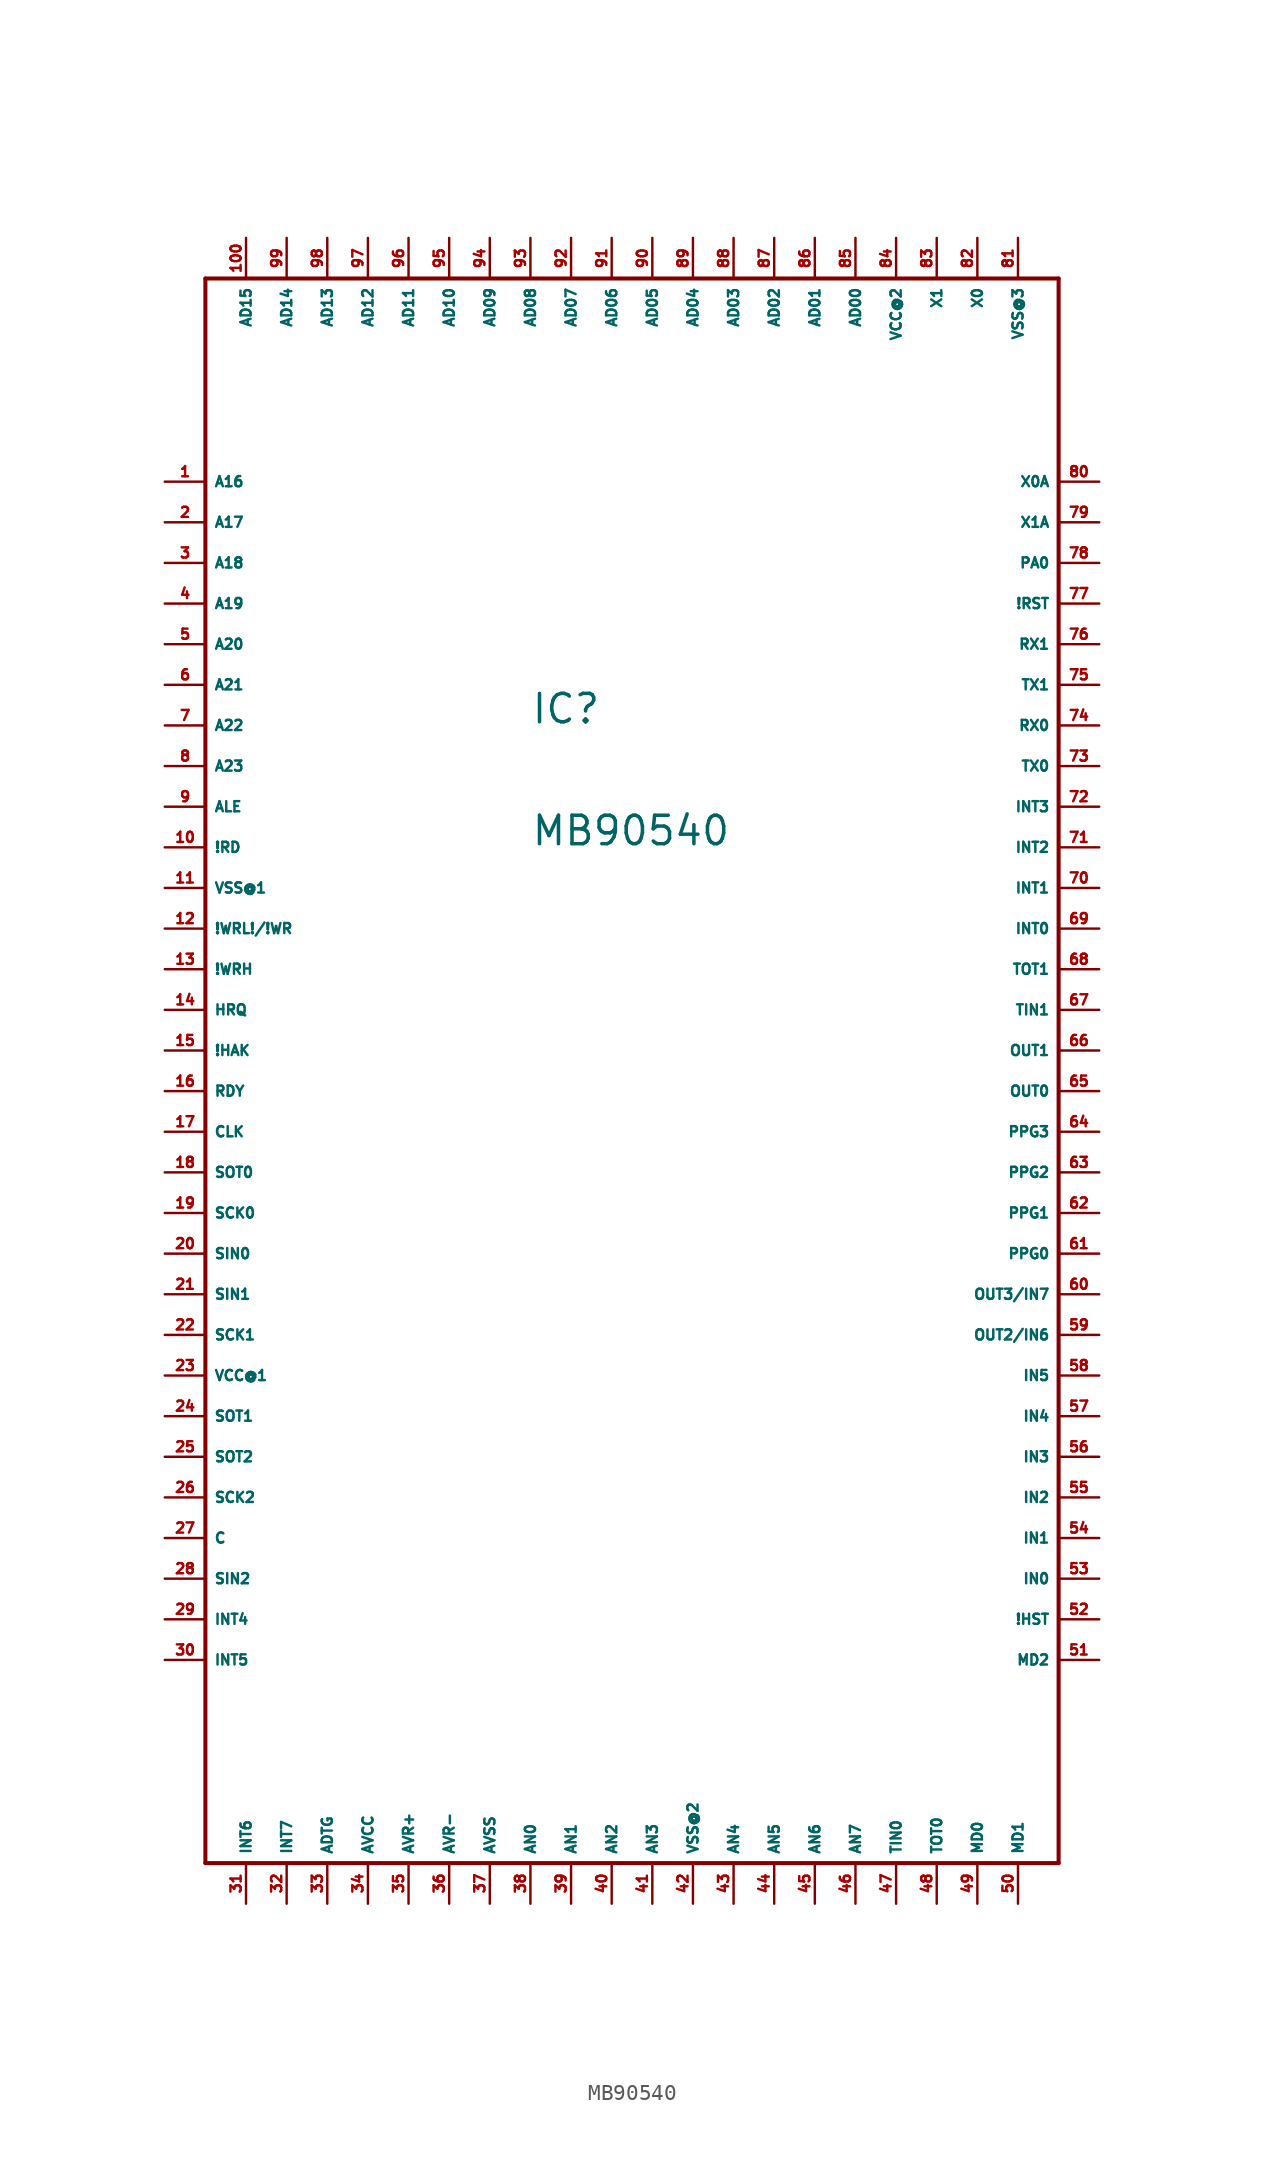
<source format=kicad_sym>
(kicad_symbol_lib
  (version 20220914)
  (generator Eagle2Kicad)
  (symbol "MB90540"
    (property "Reference" "IC"
      (at -5.08 20.32 0)
      (effects (font (size 1.778 1.778) (thickness 0.22)) (justify left bottom)))
    (property "Value" "MB90540"
      (at -5.08 12.7 0)
      (effects (font (size 1.778 1.778) (thickness 0.22)) (justify left bottom)))
    (polyline
      (pts (xy -25.4 48.26) (xy 27.94 48.26))
      (stroke (width 0.254) (type default))
      (fill (type none)))
    (polyline
      (pts (xy 27.94 48.26) (xy 27.94 -50.8))
      (stroke (width 0.254) (type default))
      (fill (type none)))
    (polyline
      (pts (xy 27.94 -50.8) (xy -25.4 -50.8))
      (stroke (width 0.254) (type default))
      (fill (type none)))
    (polyline
      (pts (xy -25.4 -50.8) (xy -25.4 48.26))
      (stroke (width 0.254) (type default))
      (fill (type none)))
    (pin bidirectional line
      (at 15.24 50.8 270)
      (length 2.54)
      (name "AD00" (effects (font (size 0.635 0.635) (thickness 0.08)) (justify left bottom)))
      (number "85" (effects (font (size 0.635 0.635) (thickness 0.08)) (justify left bottom))))
    (pin bidirectional line
      (at 12.7 50.8 270)
      (length 2.54)
      (name "AD01" (effects (font (size 0.635 0.635) (thickness 0.08)) (justify left bottom)))
      (number "86" (effects (font (size 0.635 0.635) (thickness 0.08)) (justify left bottom))))
    (pin bidirectional line
      (at 10.16 50.8 270)
      (length 2.54)
      (name "AD02" (effects (font (size 0.635 0.635) (thickness 0.08)) (justify left bottom)))
      (number "87" (effects (font (size 0.635 0.635) (thickness 0.08)) (justify left bottom))))
    (pin bidirectional line
      (at 7.62 50.8 270)
      (length 2.54)
      (name "AD03" (effects (font (size 0.635 0.635) (thickness 0.08)) (justify left bottom)))
      (number "88" (effects (font (size 0.635 0.635) (thickness 0.08)) (justify left bottom))))
    (pin bidirectional line
      (at 5.08 50.8 270)
      (length 2.54)
      (name "AD04" (effects (font (size 0.635 0.635) (thickness 0.08)) (justify left bottom)))
      (number "89" (effects (font (size 0.635 0.635) (thickness 0.08)) (justify left bottom))))
    (pin bidirectional line
      (at 2.54 50.8 270)
      (length 2.54)
      (name "AD05" (effects (font (size 0.635 0.635) (thickness 0.08)) (justify left bottom)))
      (number "90" (effects (font (size 0.635 0.635) (thickness 0.08)) (justify left bottom))))
    (pin bidirectional line
      (at 0 50.8 270)
      (length 2.54)
      (name "AD06" (effects (font (size 0.635 0.635) (thickness 0.08)) (justify left bottom)))
      (number "91" (effects (font (size 0.635 0.635) (thickness 0.08)) (justify left bottom))))
    (pin bidirectional line
      (at -2.54 50.8 270)
      (length 2.54)
      (name "AD07" (effects (font (size 0.635 0.635) (thickness 0.08)) (justify left bottom)))
      (number "92" (effects (font (size 0.635 0.635) (thickness 0.08)) (justify left bottom))))
    (pin bidirectional line
      (at -5.08 50.8 270)
      (length 2.54)
      (name "AD08" (effects (font (size 0.635 0.635) (thickness 0.08)) (justify left bottom)))
      (number "93" (effects (font (size 0.635 0.635) (thickness 0.08)) (justify left bottom))))
    (pin bidirectional line
      (at -7.62 50.8 270)
      (length 2.54)
      (name "AD09" (effects (font (size 0.635 0.635) (thickness 0.08)) (justify left bottom)))
      (number "94" (effects (font (size 0.635 0.635) (thickness 0.08)) (justify left bottom))))
    (pin bidirectional line
      (at -10.16 50.8 270)
      (length 2.54)
      (name "AD10" (effects (font (size 0.635 0.635) (thickness 0.08)) (justify left bottom)))
      (number "95" (effects (font (size 0.635 0.635) (thickness 0.08)) (justify left bottom))))
    (pin bidirectional line
      (at -12.7 50.8 270)
      (length 2.54)
      (name "AD11" (effects (font (size 0.635 0.635) (thickness 0.08)) (justify left bottom)))
      (number "96" (effects (font (size 0.635 0.635) (thickness 0.08)) (justify left bottom))))
    (pin bidirectional line
      (at -15.24 50.8 270)
      (length 2.54)
      (name "AD12" (effects (font (size 0.635 0.635) (thickness 0.08)) (justify left bottom)))
      (number "97" (effects (font (size 0.635 0.635) (thickness 0.08)) (justify left bottom))))
    (pin bidirectional line
      (at -17.78 50.8 270)
      (length 2.54)
      (name "AD13" (effects (font (size 0.635 0.635) (thickness 0.08)) (justify left bottom)))
      (number "98" (effects (font (size 0.635 0.635) (thickness 0.08)) (justify left bottom))))
    (pin bidirectional line
      (at -20.32 50.8 270)
      (length 2.54)
      (name "AD14" (effects (font (size 0.635 0.635) (thickness 0.08)) (justify left bottom)))
      (number "99" (effects (font (size 0.635 0.635) (thickness 0.08)) (justify left bottom))))
    (pin bidirectional line
      (at -22.86 50.8 270)
      (length 2.54)
      (name "AD15" (effects (font (size 0.635 0.635) (thickness 0.08)) (justify left bottom)))
      (number "100" (effects (font (size 0.635 0.635) (thickness 0.08)) (justify left bottom))))
    (pin bidirectional line
      (at -27.94 35.56 0)
      (length 2.54)
      (name "A16" (effects (font (size 0.635 0.635) (thickness 0.08)) (justify left bottom)))
      (number "1" (effects (font (size 0.635 0.635) (thickness 0.08)) (justify left bottom))))
    (pin bidirectional line
      (at -27.94 33.02 0)
      (length 2.54)
      (name "A17" (effects (font (size 0.635 0.635) (thickness 0.08)) (justify left bottom)))
      (number "2" (effects (font (size 0.635 0.635) (thickness 0.08)) (justify left bottom))))
    (pin bidirectional line
      (at -27.94 30.48 0)
      (length 2.54)
      (name "A18" (effects (font (size 0.635 0.635) (thickness 0.08)) (justify left bottom)))
      (number "3" (effects (font (size 0.635 0.635) (thickness 0.08)) (justify left bottom))))
    (pin bidirectional line
      (at -27.94 27.94 0)
      (length 2.54)
      (name "A19" (effects (font (size 0.635 0.635) (thickness 0.08)) (justify left bottom)))
      (number "4" (effects (font (size 0.635 0.635) (thickness 0.08)) (justify left bottom))))
    (pin bidirectional line
      (at -27.94 25.4 0)
      (length 2.54)
      (name "A20" (effects (font (size 0.635 0.635) (thickness 0.08)) (justify left bottom)))
      (number "5" (effects (font (size 0.635 0.635) (thickness 0.08)) (justify left bottom))))
    (pin bidirectional line
      (at -27.94 22.86 0)
      (length 2.54)
      (name "A21" (effects (font (size 0.635 0.635) (thickness 0.08)) (justify left bottom)))
      (number "6" (effects (font (size 0.635 0.635) (thickness 0.08)) (justify left bottom))))
    (pin bidirectional line
      (at -27.94 20.32 0)
      (length 2.54)
      (name "A22" (effects (font (size 0.635 0.635) (thickness 0.08)) (justify left bottom)))
      (number "7" (effects (font (size 0.635 0.635) (thickness 0.08)) (justify left bottom))))
    (pin bidirectional line
      (at -27.94 17.78 0)
      (length 2.54)
      (name "A23" (effects (font (size 0.635 0.635) (thickness 0.08)) (justify left bottom)))
      (number "8" (effects (font (size 0.635 0.635) (thickness 0.08)) (justify left bottom))))
    (pin output line
      (at -27.94 15.24 0)
      (length 2.54)
      (name "ALE" (effects (font (size 0.635 0.635) (thickness 0.08)) (justify left bottom)))
      (number "9" (effects (font (size 0.635 0.635) (thickness 0.08)) (justify left bottom))))
    (pin bidirectional line
      (at -27.94 12.7 0)
      (length 2.54)
      (name "!RD" (effects (font (size 0.635 0.635) (thickness 0.08)) (justify left bottom)))
      (number "10" (effects (font (size 0.635 0.635) (thickness 0.08)) (justify left bottom))))
    (pin unspecified line
      (at -27.94 10.16 0)
      (length 2.54)
      (name "VSS@1" (effects (font (size 0.635 0.635) (thickness 0.08)) (justify left bottom)))
      (number "11" (effects (font (size 0.635 0.635) (thickness 0.08)) (justify left bottom))))
    (pin bidirectional line
      (at -27.94 7.62 0)
      (length 2.54)
      (name "!WRL!/!WR" (effects (font (size 0.635 0.635) (thickness 0.08)) (justify left bottom)))
      (number "12" (effects (font (size 0.635 0.635) (thickness 0.08)) (justify left bottom))))
    (pin bidirectional line
      (at -27.94 5.08 0)
      (length 2.54)
      (name "!WRH" (effects (font (size 0.635 0.635) (thickness 0.08)) (justify left bottom)))
      (number "13" (effects (font (size 0.635 0.635) (thickness 0.08)) (justify left bottom))))
    (pin bidirectional line
      (at -27.94 2.54 0)
      (length 2.54)
      (name "HRQ" (effects (font (size 0.635 0.635) (thickness 0.08)) (justify left bottom)))
      (number "14" (effects (font (size 0.635 0.635) (thickness 0.08)) (justify left bottom))))
    (pin bidirectional line
      (at -27.94 0 0)
      (length 2.54)
      (name "!HAK" (effects (font (size 0.635 0.635) (thickness 0.08)) (justify left bottom)))
      (number "15" (effects (font (size 0.635 0.635) (thickness 0.08)) (justify left bottom))))
    (pin bidirectional line
      (at -27.94 -2.54 0)
      (length 2.54)
      (name "RDY" (effects (font (size 0.635 0.635) (thickness 0.08)) (justify left bottom)))
      (number "16" (effects (font (size 0.635 0.635) (thickness 0.08)) (justify left bottom))))
    (pin bidirectional line
      (at -27.94 -5.08 0)
      (length 2.54)
      (name "CLK" (effects (font (size 0.635 0.635) (thickness 0.08)) (justify left bottom)))
      (number "17" (effects (font (size 0.635 0.635) (thickness 0.08)) (justify left bottom))))
    (pin bidirectional line
      (at -27.94 -7.62 0)
      (length 2.54)
      (name "SOT0" (effects (font (size 0.635 0.635) (thickness 0.08)) (justify left bottom)))
      (number "18" (effects (font (size 0.635 0.635) (thickness 0.08)) (justify left bottom))))
    (pin bidirectional line
      (at -27.94 -10.16 0)
      (length 2.54)
      (name "SCK0" (effects (font (size 0.635 0.635) (thickness 0.08)) (justify left bottom)))
      (number "19" (effects (font (size 0.635 0.635) (thickness 0.08)) (justify left bottom))))
    (pin bidirectional line
      (at -27.94 -12.7 0)
      (length 2.54)
      (name "SIN0" (effects (font (size 0.635 0.635) (thickness 0.08)) (justify left bottom)))
      (number "20" (effects (font (size 0.635 0.635) (thickness 0.08)) (justify left bottom))))
    (pin bidirectional line
      (at -27.94 -15.24 0)
      (length 2.54)
      (name "SIN1" (effects (font (size 0.635 0.635) (thickness 0.08)) (justify left bottom)))
      (number "21" (effects (font (size 0.635 0.635) (thickness 0.08)) (justify left bottom))))
    (pin bidirectional line
      (at -27.94 -17.78 0)
      (length 2.54)
      (name "SCK1" (effects (font (size 0.635 0.635) (thickness 0.08)) (justify left bottom)))
      (number "22" (effects (font (size 0.635 0.635) (thickness 0.08)) (justify left bottom))))
    (pin unspecified line
      (at -27.94 -20.32 0)
      (length 2.54)
      (name "VCC@1" (effects (font (size 0.635 0.635) (thickness 0.08)) (justify left bottom)))
      (number "23" (effects (font (size 0.635 0.635) (thickness 0.08)) (justify left bottom))))
    (pin bidirectional line
      (at -27.94 -22.86 0)
      (length 2.54)
      (name "SOT1" (effects (font (size 0.635 0.635) (thickness 0.08)) (justify left bottom)))
      (number "24" (effects (font (size 0.635 0.635) (thickness 0.08)) (justify left bottom))))
    (pin bidirectional line
      (at -27.94 -25.4 0)
      (length 2.54)
      (name "SOT2" (effects (font (size 0.635 0.635) (thickness 0.08)) (justify left bottom)))
      (number "25" (effects (font (size 0.635 0.635) (thickness 0.08)) (justify left bottom))))
    (pin bidirectional line
      (at -27.94 -27.94 0)
      (length 2.54)
      (name "SCK2" (effects (font (size 0.635 0.635) (thickness 0.08)) (justify left bottom)))
      (number "26" (effects (font (size 0.635 0.635) (thickness 0.08)) (justify left bottom))))
    (pin input line
      (at -27.94 -30.48 0)
      (length 2.54)
      (name "C" (effects (font (size 0.635 0.635) (thickness 0.08)) (justify left bottom)))
      (number "27" (effects (font (size 0.635 0.635) (thickness 0.08)) (justify left bottom))))
    (pin bidirectional line
      (at -27.94 -33.02 0)
      (length 2.54)
      (name "SIN2" (effects (font (size 0.635 0.635) (thickness 0.08)) (justify left bottom)))
      (number "28" (effects (font (size 0.635 0.635) (thickness 0.08)) (justify left bottom))))
    (pin bidirectional line
      (at -27.94 -35.56 0)
      (length 2.54)
      (name "INT4" (effects (font (size 0.635 0.635) (thickness 0.08)) (justify left bottom)))
      (number "29" (effects (font (size 0.635 0.635) (thickness 0.08)) (justify left bottom))))
    (pin bidirectional line
      (at -27.94 -38.1 0)
      (length 2.54)
      (name "INT5" (effects (font (size 0.635 0.635) (thickness 0.08)) (justify left bottom)))
      (number "30" (effects (font (size 0.635 0.635) (thickness 0.08)) (justify left bottom))))
    (pin bidirectional line
      (at -22.86 -53.34 90)
      (length 2.54)
      (name "INT6" (effects (font (size 0.635 0.635) (thickness 0.08)) (justify left bottom)))
      (number "31" (effects (font (size 0.635 0.635) (thickness 0.08)) (justify left bottom))))
    (pin bidirectional line
      (at -20.32 -53.34 90)
      (length 2.54)
      (name "INT7" (effects (font (size 0.635 0.635) (thickness 0.08)) (justify left bottom)))
      (number "32" (effects (font (size 0.635 0.635) (thickness 0.08)) (justify left bottom))))
    (pin bidirectional line
      (at -17.78 -53.34 90)
      (length 2.54)
      (name "ADTG" (effects (font (size 0.635 0.635) (thickness 0.08)) (justify left bottom)))
      (number "33" (effects (font (size 0.635 0.635) (thickness 0.08)) (justify left bottom))))
    (pin unspecified line
      (at -15.24 -53.34 90)
      (length 2.54)
      (name "AVCC" (effects (font (size 0.635 0.635) (thickness 0.08)) (justify left bottom)))
      (number "34" (effects (font (size 0.635 0.635) (thickness 0.08)) (justify left bottom))))
    (pin unspecified line
      (at -12.7 -53.34 90)
      (length 2.54)
      (name "AVR+" (effects (font (size 0.635 0.635) (thickness 0.08)) (justify left bottom)))
      (number "35" (effects (font (size 0.635 0.635) (thickness 0.08)) (justify left bottom))))
    (pin unspecified line
      (at -10.16 -53.34 90)
      (length 2.54)
      (name "AVR-" (effects (font (size 0.635 0.635) (thickness 0.08)) (justify left bottom)))
      (number "36" (effects (font (size 0.635 0.635) (thickness 0.08)) (justify left bottom))))
    (pin unspecified line
      (at -7.62 -53.34 90)
      (length 2.54)
      (name "AVSS" (effects (font (size 0.635 0.635) (thickness 0.08)) (justify left bottom)))
      (number "37" (effects (font (size 0.635 0.635) (thickness 0.08)) (justify left bottom))))
    (pin bidirectional line
      (at -5.08 -53.34 90)
      (length 2.54)
      (name "AN0" (effects (font (size 0.635 0.635) (thickness 0.08)) (justify left bottom)))
      (number "38" (effects (font (size 0.635 0.635) (thickness 0.08)) (justify left bottom))))
    (pin bidirectional line
      (at -2.54 -53.34 90)
      (length 2.54)
      (name "AN1" (effects (font (size 0.635 0.635) (thickness 0.08)) (justify left bottom)))
      (number "39" (effects (font (size 0.635 0.635) (thickness 0.08)) (justify left bottom))))
    (pin bidirectional line
      (at 0 -53.34 90)
      (length 2.54)
      (name "AN2" (effects (font (size 0.635 0.635) (thickness 0.08)) (justify left bottom)))
      (number "40" (effects (font (size 0.635 0.635) (thickness 0.08)) (justify left bottom))))
    (pin bidirectional line
      (at 2.54 -53.34 90)
      (length 2.54)
      (name "AN3" (effects (font (size 0.635 0.635) (thickness 0.08)) (justify left bottom)))
      (number "41" (effects (font (size 0.635 0.635) (thickness 0.08)) (justify left bottom))))
    (pin bidirectional line
      (at 7.62 -53.34 90)
      (length 2.54)
      (name "AN4" (effects (font (size 0.635 0.635) (thickness 0.08)) (justify left bottom)))
      (number "43" (effects (font (size 0.635 0.635) (thickness 0.08)) (justify left bottom))))
    (pin bidirectional line
      (at 10.16 -53.34 90)
      (length 2.54)
      (name "AN5" (effects (font (size 0.635 0.635) (thickness 0.08)) (justify left bottom)))
      (number "44" (effects (font (size 0.635 0.635) (thickness 0.08)) (justify left bottom))))
    (pin bidirectional line
      (at 12.7 -53.34 90)
      (length 2.54)
      (name "AN6" (effects (font (size 0.635 0.635) (thickness 0.08)) (justify left bottom)))
      (number "45" (effects (font (size 0.635 0.635) (thickness 0.08)) (justify left bottom))))
    (pin bidirectional line
      (at 15.24 -53.34 90)
      (length 2.54)
      (name "AN7" (effects (font (size 0.635 0.635) (thickness 0.08)) (justify left bottom)))
      (number "46" (effects (font (size 0.635 0.635) (thickness 0.08)) (justify left bottom))))
    (pin unspecified line
      (at 5.08 -53.34 90)
      (length 2.54)
      (name "VSS@2" (effects (font (size 0.635 0.635) (thickness 0.08)) (justify left bottom)))
      (number "42" (effects (font (size 0.635 0.635) (thickness 0.08)) (justify left bottom))))
    (pin bidirectional line
      (at 17.78 -53.34 90)
      (length 2.54)
      (name "TIN0" (effects (font (size 0.635 0.635) (thickness 0.08)) (justify left bottom)))
      (number "47" (effects (font (size 0.635 0.635) (thickness 0.08)) (justify left bottom))))
    (pin bidirectional line
      (at 20.32 -53.34 90)
      (length 2.54)
      (name "TOT0" (effects (font (size 0.635 0.635) (thickness 0.08)) (justify left bottom)))
      (number "48" (effects (font (size 0.635 0.635) (thickness 0.08)) (justify left bottom))))
    (pin input line
      (at 22.86 -53.34 90)
      (length 2.54)
      (name "MD0" (effects (font (size 0.635 0.635) (thickness 0.08)) (justify left bottom)))
      (number "49" (effects (font (size 0.635 0.635) (thickness 0.08)) (justify left bottom))))
    (pin input line
      (at 25.4 -53.34 90)
      (length 2.54)
      (name "MD1" (effects (font (size 0.635 0.635) (thickness 0.08)) (justify left bottom)))
      (number "50" (effects (font (size 0.635 0.635) (thickness 0.08)) (justify left bottom))))
    (pin input line
      (at 30.48 -38.1 180)
      (length 2.54)
      (name "MD2" (effects (font (size 0.635 0.635) (thickness 0.08)) (justify left bottom)))
      (number "51" (effects (font (size 0.635 0.635) (thickness 0.08)) (justify left bottom))))
    (pin input line
      (at 30.48 -35.56 180)
      (length 2.54)
      (name "!HST" (effects (font (size 0.635 0.635) (thickness 0.08)) (justify left bottom)))
      (number "52" (effects (font (size 0.635 0.635) (thickness 0.08)) (justify left bottom))))
    (pin bidirectional line
      (at 30.48 -33.02 180)
      (length 2.54)
      (name "IN0" (effects (font (size 0.635 0.635) (thickness 0.08)) (justify left bottom)))
      (number "53" (effects (font (size 0.635 0.635) (thickness 0.08)) (justify left bottom))))
    (pin bidirectional line
      (at 30.48 -30.48 180)
      (length 2.54)
      (name "IN1" (effects (font (size 0.635 0.635) (thickness 0.08)) (justify left bottom)))
      (number "54" (effects (font (size 0.635 0.635) (thickness 0.08)) (justify left bottom))))
    (pin bidirectional line
      (at 30.48 -27.94 180)
      (length 2.54)
      (name "IN2" (effects (font (size 0.635 0.635) (thickness 0.08)) (justify left bottom)))
      (number "55" (effects (font (size 0.635 0.635) (thickness 0.08)) (justify left bottom))))
    (pin bidirectional line
      (at 30.48 -25.4 180)
      (length 2.54)
      (name "IN3" (effects (font (size 0.635 0.635) (thickness 0.08)) (justify left bottom)))
      (number "56" (effects (font (size 0.635 0.635) (thickness 0.08)) (justify left bottom))))
    (pin bidirectional line
      (at 30.48 -22.86 180)
      (length 2.54)
      (name "IN4" (effects (font (size 0.635 0.635) (thickness 0.08)) (justify left bottom)))
      (number "57" (effects (font (size 0.635 0.635) (thickness 0.08)) (justify left bottom))))
    (pin bidirectional line
      (at 30.48 -20.32 180)
      (length 2.54)
      (name "IN5" (effects (font (size 0.635 0.635) (thickness 0.08)) (justify left bottom)))
      (number "58" (effects (font (size 0.635 0.635) (thickness 0.08)) (justify left bottom))))
    (pin bidirectional line
      (at 30.48 -17.78 180)
      (length 2.54)
      (name "OUT2/IN6" (effects (font (size 0.635 0.635) (thickness 0.08)) (justify left bottom)))
      (number "59" (effects (font (size 0.635 0.635) (thickness 0.08)) (justify left bottom))))
    (pin bidirectional line
      (at 30.48 -15.24 180)
      (length 2.54)
      (name "OUT3/IN7" (effects (font (size 0.635 0.635) (thickness 0.08)) (justify left bottom)))
      (number "60" (effects (font (size 0.635 0.635) (thickness 0.08)) (justify left bottom))))
    (pin bidirectional line
      (at 30.48 -12.7 180)
      (length 2.54)
      (name "PPG0" (effects (font (size 0.635 0.635) (thickness 0.08)) (justify left bottom)))
      (number "61" (effects (font (size 0.635 0.635) (thickness 0.08)) (justify left bottom))))
    (pin bidirectional line
      (at 30.48 -10.16 180)
      (length 2.54)
      (name "PPG1" (effects (font (size 0.635 0.635) (thickness 0.08)) (justify left bottom)))
      (number "62" (effects (font (size 0.635 0.635) (thickness 0.08)) (justify left bottom))))
    (pin bidirectional line
      (at 30.48 -7.62 180)
      (length 2.54)
      (name "PPG2" (effects (font (size 0.635 0.635) (thickness 0.08)) (justify left bottom)))
      (number "63" (effects (font (size 0.635 0.635) (thickness 0.08)) (justify left bottom))))
    (pin bidirectional line
      (at 30.48 -5.08 180)
      (length 2.54)
      (name "PPG3" (effects (font (size 0.635 0.635) (thickness 0.08)) (justify left bottom)))
      (number "64" (effects (font (size 0.635 0.635) (thickness 0.08)) (justify left bottom))))
    (pin bidirectional line
      (at 30.48 -2.54 180)
      (length 2.54)
      (name "OUT0" (effects (font (size 0.635 0.635) (thickness 0.08)) (justify left bottom)))
      (number "65" (effects (font (size 0.635 0.635) (thickness 0.08)) (justify left bottom))))
    (pin bidirectional line
      (at 30.48 0 180)
      (length 2.54)
      (name "OUT1" (effects (font (size 0.635 0.635) (thickness 0.08)) (justify left bottom)))
      (number "66" (effects (font (size 0.635 0.635) (thickness 0.08)) (justify left bottom))))
    (pin bidirectional line
      (at 30.48 2.54 180)
      (length 2.54)
      (name "TIN1" (effects (font (size 0.635 0.635) (thickness 0.08)) (justify left bottom)))
      (number "67" (effects (font (size 0.635 0.635) (thickness 0.08)) (justify left bottom))))
    (pin bidirectional line
      (at 30.48 5.08 180)
      (length 2.54)
      (name "TOT1" (effects (font (size 0.635 0.635) (thickness 0.08)) (justify left bottom)))
      (number "68" (effects (font (size 0.635 0.635) (thickness 0.08)) (justify left bottom))))
    (pin bidirectional line
      (at 30.48 7.62 180)
      (length 2.54)
      (name "INT0" (effects (font (size 0.635 0.635) (thickness 0.08)) (justify left bottom)))
      (number "69" (effects (font (size 0.635 0.635) (thickness 0.08)) (justify left bottom))))
    (pin bidirectional line
      (at 30.48 10.16 180)
      (length 2.54)
      (name "INT1" (effects (font (size 0.635 0.635) (thickness 0.08)) (justify left bottom)))
      (number "70" (effects (font (size 0.635 0.635) (thickness 0.08)) (justify left bottom))))
    (pin bidirectional line
      (at 30.48 12.7 180)
      (length 2.54)
      (name "INT2" (effects (font (size 0.635 0.635) (thickness 0.08)) (justify left bottom)))
      (number "71" (effects (font (size 0.635 0.635) (thickness 0.08)) (justify left bottom))))
    (pin bidirectional line
      (at 30.48 15.24 180)
      (length 2.54)
      (name "INT3" (effects (font (size 0.635 0.635) (thickness 0.08)) (justify left bottom)))
      (number "72" (effects (font (size 0.635 0.635) (thickness 0.08)) (justify left bottom))))
    (pin bidirectional line
      (at 30.48 17.78 180)
      (length 2.54)
      (name "TX0" (effects (font (size 0.635 0.635) (thickness 0.08)) (justify left bottom)))
      (number "73" (effects (font (size 0.635 0.635) (thickness 0.08)) (justify left bottom))))
    (pin bidirectional line
      (at 30.48 20.32 180)
      (length 2.54)
      (name "RX0" (effects (font (size 0.635 0.635) (thickness 0.08)) (justify left bottom)))
      (number "74" (effects (font (size 0.635 0.635) (thickness 0.08)) (justify left bottom))))
    (pin bidirectional line
      (at 30.48 22.86 180)
      (length 2.54)
      (name "TX1" (effects (font (size 0.635 0.635) (thickness 0.08)) (justify left bottom)))
      (number "75" (effects (font (size 0.635 0.635) (thickness 0.08)) (justify left bottom))))
    (pin bidirectional line
      (at 30.48 25.4 180)
      (length 2.54)
      (name "RX1" (effects (font (size 0.635 0.635) (thickness 0.08)) (justify left bottom)))
      (number "76" (effects (font (size 0.635 0.635) (thickness 0.08)) (justify left bottom))))
    (pin input line
      (at 30.48 27.94 180)
      (length 2.54)
      (name "!RST" (effects (font (size 0.635 0.635) (thickness 0.08)) (justify left bottom)))
      (number "77" (effects (font (size 0.635 0.635) (thickness 0.08)) (justify left bottom))))
    (pin bidirectional line
      (at 30.48 30.48 180)
      (length 2.54)
      (name "PA0" (effects (font (size 0.635 0.635) (thickness 0.08)) (justify left bottom)))
      (number "78" (effects (font (size 0.635 0.635) (thickness 0.08)) (justify left bottom))))
    (pin input line
      (at 30.48 33.02 180)
      (length 2.54)
      (name "X1A" (effects (font (size 0.635 0.635) (thickness 0.08)) (justify left bottom)))
      (number "79" (effects (font (size 0.635 0.635) (thickness 0.08)) (justify left bottom))))
    (pin input line
      (at 30.48 35.56 180)
      (length 2.54)
      (name "X0A" (effects (font (size 0.635 0.635) (thickness 0.08)) (justify left bottom)))
      (number "80" (effects (font (size 0.635 0.635) (thickness 0.08)) (justify left bottom))))
    (pin unspecified line
      (at 25.4 50.8 270)
      (length 2.54)
      (name "VSS@3" (effects (font (size 0.635 0.635) (thickness 0.08)) (justify left bottom)))
      (number "81" (effects (font (size 0.635 0.635) (thickness 0.08)) (justify left bottom))))
    (pin input line
      (at 22.86 50.8 270)
      (length 2.54)
      (name "X0" (effects (font (size 0.635 0.635) (thickness 0.08)) (justify left bottom)))
      (number "82" (effects (font (size 0.635 0.635) (thickness 0.08)) (justify left bottom))))
    (pin input line
      (at 20.32 50.8 270)
      (length 2.54)
      (name "X1" (effects (font (size 0.635 0.635) (thickness 0.08)) (justify left bottom)))
      (number "83" (effects (font (size 0.635 0.635) (thickness 0.08)) (justify left bottom))))
    (pin unspecified line
      (at 17.78 50.8 270)
      (length 2.54)
      (name "VCC@2" (effects (font (size 0.635 0.635) (thickness 0.08)) (justify left bottom)))
      (number "84" (effects (font (size 0.635 0.635) (thickness 0.08)) (justify left bottom))))))
</source>
